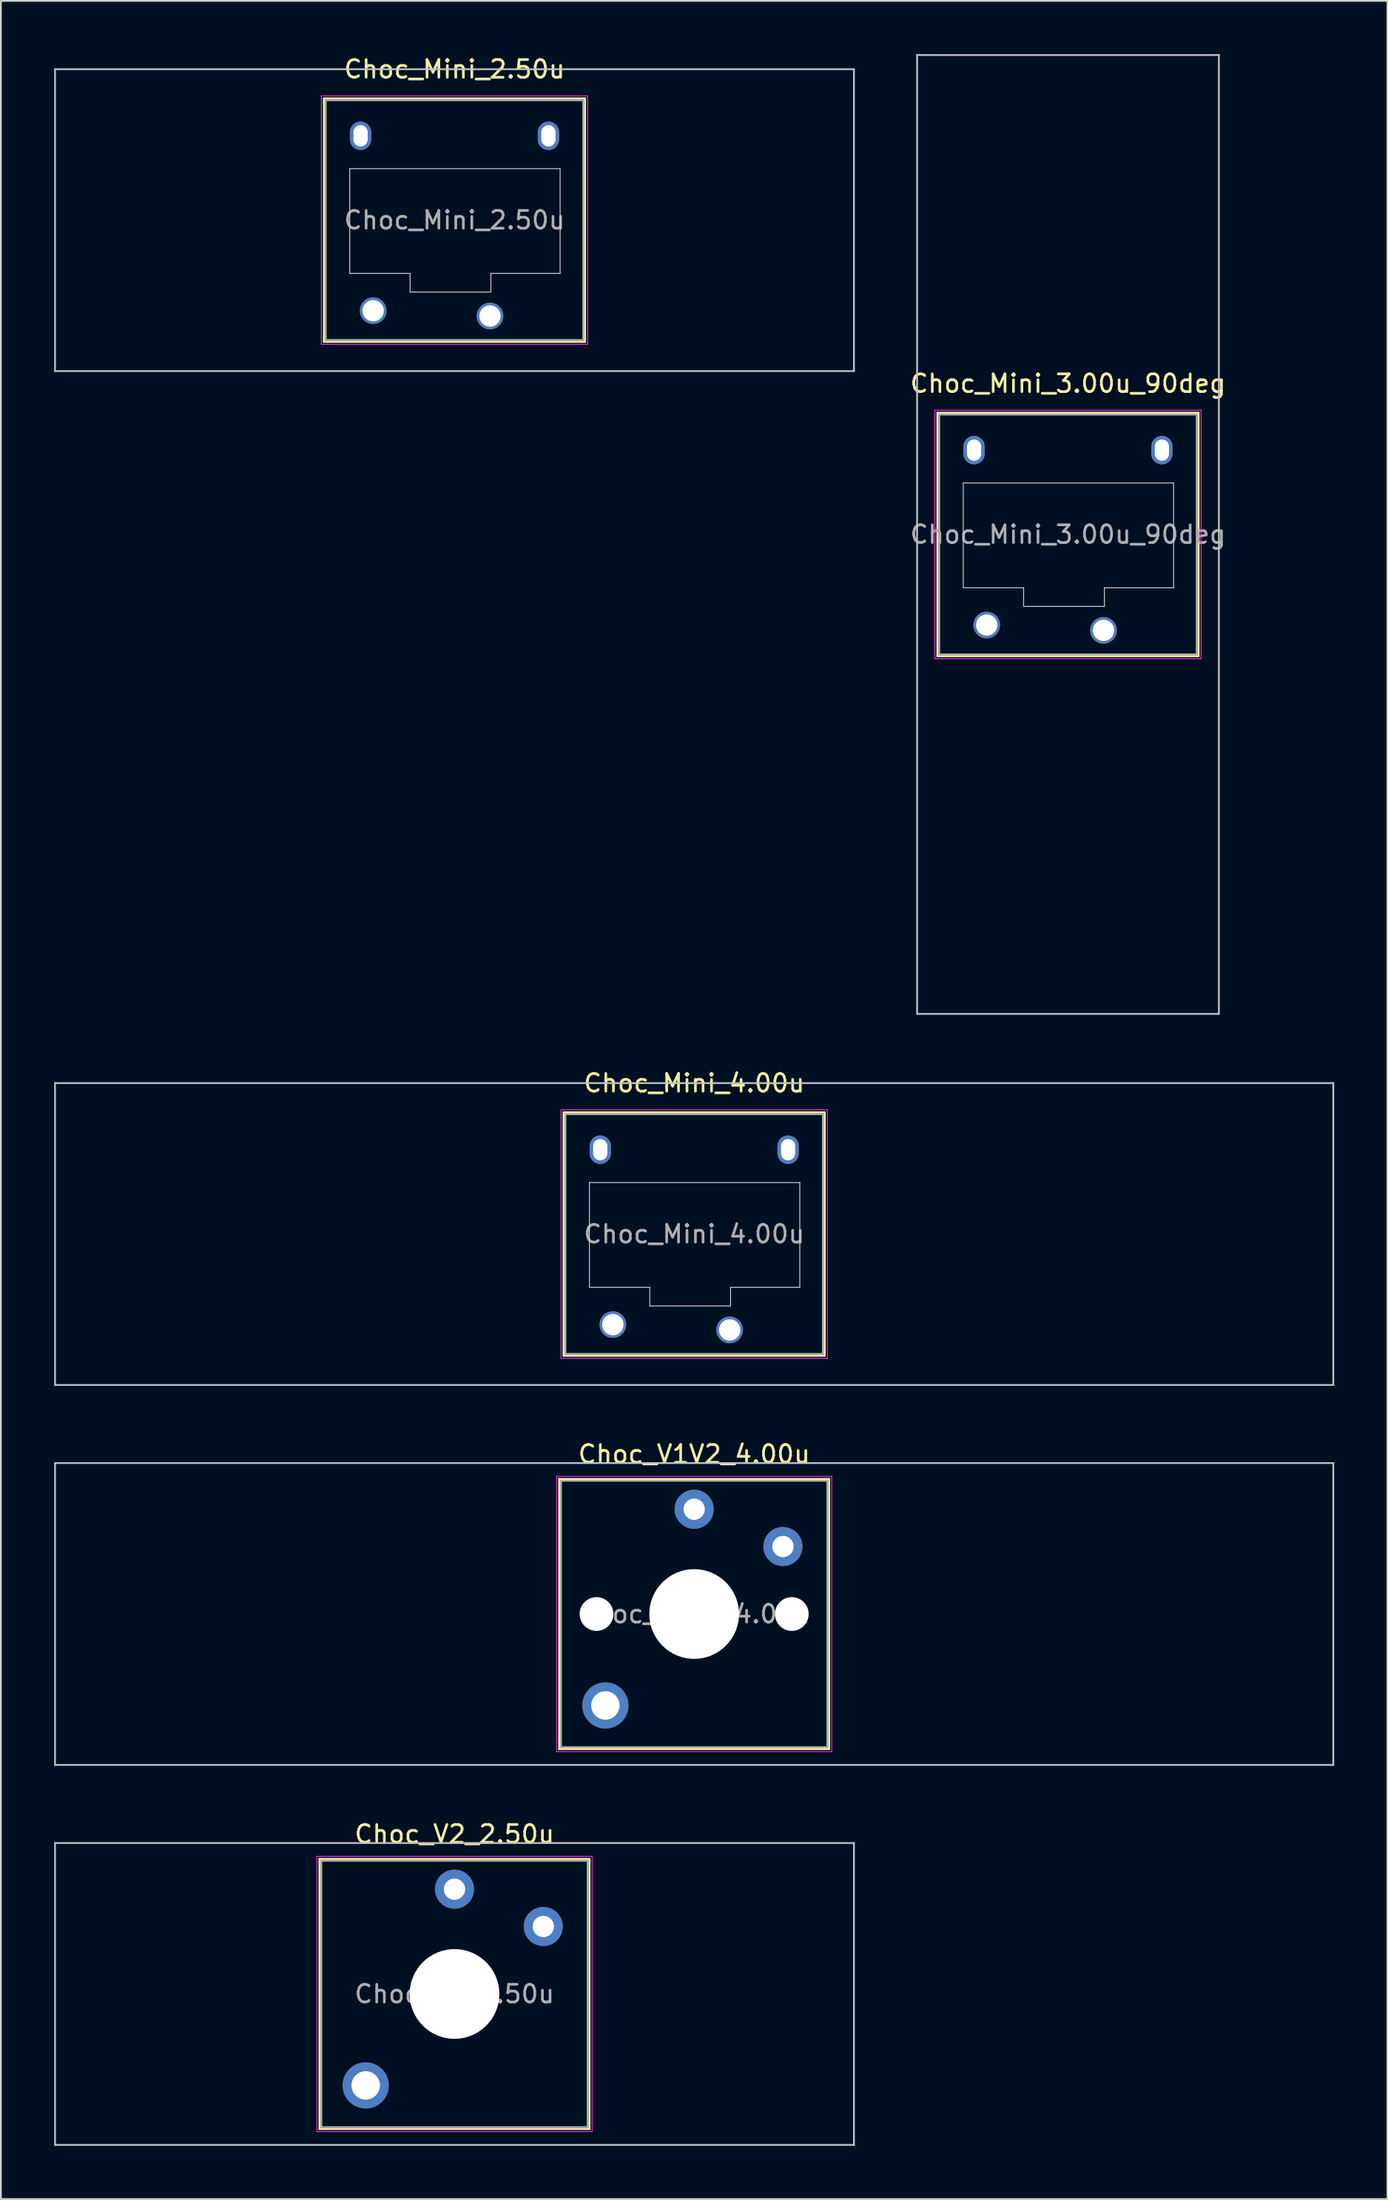
<source format=kicad_pcb>
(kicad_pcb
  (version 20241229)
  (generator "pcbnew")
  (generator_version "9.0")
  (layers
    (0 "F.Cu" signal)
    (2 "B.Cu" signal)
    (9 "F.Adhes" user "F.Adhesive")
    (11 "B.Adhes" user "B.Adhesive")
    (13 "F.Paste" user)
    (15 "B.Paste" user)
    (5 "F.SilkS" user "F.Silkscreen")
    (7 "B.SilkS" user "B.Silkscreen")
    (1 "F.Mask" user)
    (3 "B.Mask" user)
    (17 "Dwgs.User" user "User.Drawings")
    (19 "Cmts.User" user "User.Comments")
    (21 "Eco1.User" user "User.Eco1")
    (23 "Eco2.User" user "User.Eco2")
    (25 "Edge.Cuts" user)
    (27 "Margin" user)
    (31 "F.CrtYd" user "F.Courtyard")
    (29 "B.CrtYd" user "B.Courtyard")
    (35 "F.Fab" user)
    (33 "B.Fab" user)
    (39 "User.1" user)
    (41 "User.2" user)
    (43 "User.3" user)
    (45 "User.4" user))
  (footprint "Choc_V1V2_4.00u"
    (layer "F.Cu")
    (at 36.05 87.847)
    (property "Reference" "Choc_V1V2_4.00u" (at 0 -9 0) (layer "F.SilkS") (effects (font (size 1 1) (thickness 0.15))))
    (attr through_hole)
    (fp_line (start -7.6 -7.6) (end -7.6 7.6) (stroke (width 0.12) (type solid)) (layer "F.SilkS"))
    (fp_line (start -7.6 7.6) (end 7.6 7.6) (stroke (width 0.12) (type solid)) (layer "F.SilkS"))
    (fp_line (start 7.6 -7.6) (end -7.6 -7.6) (stroke (width 0.12) (type solid)) (layer "F.SilkS"))
    (fp_line (start 7.6 7.6) (end 7.6 -7.6) (stroke (width 0.12) (type solid)) (layer "F.SilkS"))
    (fp_line (start -36 -8.5) (end -36 8.5) (stroke (width 0.1) (type solid)) (layer "Dwgs.User"))
    (fp_line (start -36 8.5) (end 36 8.5) (stroke (width 0.1) (type solid)) (layer "Dwgs.User"))
    (fp_line (start 36 -8.5) (end -36 -8.5) (stroke (width 0.1) (type solid)) (layer "Dwgs.User"))
    (fp_line (start 36 8.5) (end 36 -8.5) (stroke (width 0.1) (type solid)) (layer "Dwgs.User"))
    (fp_line (start -7.25 -7.25) (end -7.25 7.25) (stroke (width 0.1) (type solid)) (layer "Eco1.User"))
    (fp_line (start -7.25 7.25) (end 7.25 7.25) (stroke (width 0.1) (type solid)) (layer "Eco1.User"))
    (fp_line (start 7.25 -7.25) (end -7.25 -7.25) (stroke (width 0.1) (type solid)) (layer "Eco1.User"))
    (fp_line (start 7.25 7.25) (end 7.25 -7.25) (stroke (width 0.1) (type solid)) (layer "Eco1.User"))
    (fp_line (start -7.75 -7.75) (end -7.75 7.75) (stroke (width 0.05) (type solid)) (layer "F.CrtYd"))
    (fp_line (start -7.75 7.75) (end 7.75 7.75) (stroke (width 0.05) (type solid)) (layer "F.CrtYd"))
    (fp_line (start 7.75 -7.75) (end -7.75 -7.75) (stroke (width 0.05) (type solid)) (layer "F.CrtYd"))
    (fp_line (start 7.75 7.75) (end 7.75 -7.75) (stroke (width 0.05) (type solid)) (layer "F.CrtYd"))
    (fp_line (start -7.5 -7.5) (end -7.5 7.5) (stroke (width 0.1) (type solid)) (layer "F.Fab"))
    (fp_line (start -7.5 7.5) (end 7.5 7.5) (stroke (width 0.1) (type solid)) (layer "F.Fab"))
    (fp_line (start 7.5 -7.5) (end -7.5 -7.5) (stroke (width 0.1) (type solid)) (layer "F.Fab"))
    (fp_line (start 7.5 7.5) (end 7.5 -7.5) (stroke (width 0.1) (type solid)) (layer "F.Fab"))
    (fp_text user "${REFERENCE}" (at 0 0 0) (layer "F.Fab") (effects (font (size 1 1) (thickness 0.15))))
    (pad "" np_thru_hole circle (at -5.5 0) (size 1.9 1.9) (drill 1.9) (layers "*.Cu" "*.Mask"))
    (pad "" thru_hole circle (at -5 5.15) (size 2.6 2.6) (drill 1.6) (layers "*.Cu" "*.Mask"))
    (pad "" np_thru_hole circle (at 0 0) (size 5.05 5.05) (drill 5.05) (layers "*.Cu" "*.Mask"))
    (pad "" np_thru_hole circle (at 5.5 0) (size 1.9 1.9) (drill 1.9) (layers "*.Cu" "*.Mask"))
    (pad "1" thru_hole circle (at 0 -5.9) (size 2.2 2.2) (drill 1.2) (layers "*.Cu" "*.Mask"))
    (pad "2" thru_hole circle (at 5 -3.8) (size 2.2 2.2) (drill 1.2) (layers "*.Cu" "*.Mask")))
  (footprint "Choc_Mini_2.50u"
    (layer "F.Cu")
    (at 22.55 9.348)
    (property "Reference" "Choc_Mini_2.50u" (at 0 -8.5 0) (layer "F.SilkS") (effects (font (size 1 1) (thickness 0.15))))
    (attr through_hole)
    (fp_line (start -7.35 -6.85) (end -7.35 6.85) (stroke (width 0.12) (type solid)) (layer "F.SilkS"))
    (fp_line (start -7.35 6.85) (end 7.35 6.85) (stroke (width 0.12) (type solid)) (layer "F.SilkS"))
    (fp_line (start 7.35 -6.85) (end -7.35 -6.85) (stroke (width 0.12) (type solid)) (layer "F.SilkS"))
    (fp_line (start 7.35 6.85) (end 7.35 -6.85) (stroke (width 0.12) (type solid)) (layer "F.SilkS"))
    (fp_line (start -22.5 -8.5) (end -22.5 8.5) (stroke (width 0.1) (type solid)) (layer "Dwgs.User"))
    (fp_line (start -22.5 8.5) (end 22.5 8.5) (stroke (width 0.1) (type solid)) (layer "Dwgs.User"))
    (fp_line (start 22.5 -8.5) (end -22.5 -8.5) (stroke (width 0.1) (type solid)) (layer "Dwgs.User"))
    (fp_line (start 22.5 8.5) (end 22.5 -8.5) (stroke (width 0.1) (type solid)) (layer "Dwgs.User"))
    (fp_line (start -6.85 -6.35) (end -6.85 6.35) (stroke (width 0.1) (type solid)) (layer "Eco1.User"))
    (fp_line (start -6.85 6.35) (end 6.85 6.35) (stroke (width 0.1) (type solid)) (layer "Eco1.User"))
    (fp_line (start 6.85 -6.35) (end -6.85 -6.35) (stroke (width 0.1) (type solid)) (layer "Eco1.User"))
    (fp_line (start 6.85 6.35) (end 6.85 -6.35) (stroke (width 0.1) (type solid)) (layer "Eco1.User"))
    (fp_line (start -5.9 -2.9) (end -5.9 3) (stroke (width 0.05) (type solid)) (layer "Edge.Cuts"))
    (fp_line (start -5.9 3) (end -2.5 3) (stroke (width 0.05) (type solid)) (layer "Edge.Cuts"))
    (fp_line (start -2.5 3) (end -2.5 4.05) (stroke (width 0.05) (type solid)) (layer "Edge.Cuts"))
    (fp_line (start -2.5 4.05) (end 2.05 4.05) (stroke (width 0.05) (type solid)) (layer "Edge.Cuts"))
    (fp_line (start 2.05 3) (end 5.95 3) (stroke (width 0.05) (type solid)) (layer "Edge.Cuts"))
    (fp_line (start 2.05 4.05) (end 2.05 3) (stroke (width 0.05) (type solid)) (layer "Edge.Cuts"))
    (fp_line (start 5.95 -2.9) (end -5.9 -2.9) (stroke (width 0.05) (type solid)) (layer "Edge.Cuts"))
    (fp_line (start 5.95 3) (end 5.95 -2.9) (stroke (width 0.05) (type solid)) (layer "Edge.Cuts"))
    (fp_line (start -7.5 -7) (end -7.5 7) (stroke (width 0.05) (type solid)) (layer "F.CrtYd"))
    (fp_line (start -7.5 7) (end 7.5 7) (stroke (width 0.05) (type solid)) (layer "F.CrtYd"))
    (fp_line (start 7.5 -7) (end -7.5 -7) (stroke (width 0.05) (type solid)) (layer "F.CrtYd"))
    (fp_line (start 7.5 7) (end 7.5 -7) (stroke (width 0.05) (type solid)) (layer "F.CrtYd"))
    (fp_line (start -7.25 -6.75) (end -7.25 6.75) (stroke (width 0.1) (type solid)) (layer "F.Fab"))
    (fp_line (start -7.25 6.75) (end 7.25 6.75) (stroke (width 0.1) (type solid)) (layer "F.Fab"))
    (fp_line (start 7.25 -6.75) (end -7.25 -6.75) (stroke (width 0.1) (type solid)) (layer "F.Fab"))
    (fp_line (start 7.25 6.75) (end 7.25 -6.75) (stroke (width 0.1) (type solid)) (layer "F.Fab"))
    (fp_text user "${REFERENCE}" (at 0 0 0) (layer "F.Fab") (effects (font (size 1 1) (thickness 0.15))))
    (pad "" np_thru_hole oval (at -5.29 -4.75) (size 1.2 1.6) (drill oval 0.8 1.2) (layers "*.Cu" "*.Mask"))
    (pad "" np_thru_hole oval (at 5.29 -4.75) (size 1.2 1.6) (drill oval 0.8 1.2) (layers "*.Cu" "*.Mask"))
    (pad "1" thru_hole circle (at 2 5.4) (size 1.5 1.5) (drill 1.2) (layers "*.Cu" "*.Mask"))
    (pad "2" thru_hole circle (at -4.58 5.1) (size 1.5 1.5) (drill 1.2) (layers "*.Cu" "*.Mask")))
  (footprint "Choc_Mini_3.00u_90deg"
    (layer "F.Cu")
    (at 57.106 27.05)
    (property "Reference" "Choc_Mini_3.00u_90deg" (at 0 -8.5 0) (layer "F.SilkS") (effects (font (size 1 1) (thickness 0.15))))
    (attr through_hole)
    (fp_line (start -7.35 -6.85) (end -7.35 6.85) (stroke (width 0.12) (type solid)) (layer "F.SilkS"))
    (fp_line (start -7.35 6.85) (end 7.35 6.85) (stroke (width 0.12) (type solid)) (layer "F.SilkS"))
    (fp_line (start 7.35 -6.85) (end -7.35 -6.85) (stroke (width 0.12) (type solid)) (layer "F.SilkS"))
    (fp_line (start 7.35 6.85) (end 7.35 -6.85) (stroke (width 0.12) (type solid)) (layer "F.SilkS"))
    (fp_line (start -8.5 -27) (end 8.5 -27) (stroke (width 0.1) (type solid)) (layer "Dwgs.User"))
    (fp_line (start -8.5 27) (end -8.5 -27) (stroke (width 0.1) (type solid)) (layer "Dwgs.User"))
    (fp_line (start 8.5 -27) (end 8.5 27) (stroke (width 0.1) (type solid)) (layer "Dwgs.User"))
    (fp_line (start 8.5 27) (end -8.5 27) (stroke (width 0.1) (type solid)) (layer "Dwgs.User"))
    (fp_line (start -6.85 -6.35) (end -6.85 6.35) (stroke (width 0.1) (type solid)) (layer "Eco1.User"))
    (fp_line (start -6.85 6.35) (end 6.85 6.35) (stroke (width 0.1) (type solid)) (layer "Eco1.User"))
    (fp_line (start 6.85 -6.35) (end -6.85 -6.35) (stroke (width 0.1) (type solid)) (layer "Eco1.User"))
    (fp_line (start 6.85 6.35) (end 6.85 -6.35) (stroke (width 0.1) (type solid)) (layer "Eco1.User"))
    (fp_line (start -5.9 -2.9) (end -5.9 3) (stroke (width 0.05) (type solid)) (layer "Edge.Cuts"))
    (fp_line (start -5.9 3) (end -2.5 3) (stroke (width 0.05) (type solid)) (layer "Edge.Cuts"))
    (fp_line (start -2.5 3) (end -2.5 4.05) (stroke (width 0.05) (type solid)) (layer "Edge.Cuts"))
    (fp_line (start -2.5 4.05) (end 2.05 4.05) (stroke (width 0.05) (type solid)) (layer "Edge.Cuts"))
    (fp_line (start 2.05 3) (end 5.95 3) (stroke (width 0.05) (type solid)) (layer "Edge.Cuts"))
    (fp_line (start 2.05 4.05) (end 2.05 3) (stroke (width 0.05) (type solid)) (layer "Edge.Cuts"))
    (fp_line (start 5.95 -2.9) (end -5.9 -2.9) (stroke (width 0.05) (type solid)) (layer "Edge.Cuts"))
    (fp_line (start 5.95 3) (end 5.95 -2.9) (stroke (width 0.05) (type solid)) (layer "Edge.Cuts"))
    (fp_line (start -7.5 -7) (end -7.5 7) (stroke (width 0.05) (type solid)) (layer "F.CrtYd"))
    (fp_line (start -7.5 7) (end 7.5 7) (stroke (width 0.05) (type solid)) (layer "F.CrtYd"))
    (fp_line (start 7.5 -7) (end -7.5 -7) (stroke (width 0.05) (type solid)) (layer "F.CrtYd"))
    (fp_line (start 7.5 7) (end 7.5 -7) (stroke (width 0.05) (type solid)) (layer "F.CrtYd"))
    (fp_line (start -7.25 -6.75) (end -7.25 6.75) (stroke (width 0.1) (type solid)) (layer "F.Fab"))
    (fp_line (start -7.25 6.75) (end 7.25 6.75) (stroke (width 0.1) (type solid)) (layer "F.Fab"))
    (fp_line (start 7.25 -6.75) (end -7.25 -6.75) (stroke (width 0.1) (type solid)) (layer "F.Fab"))
    (fp_line (start 7.25 6.75) (end 7.25 -6.75) (stroke (width 0.1) (type solid)) (layer "F.Fab"))
    (fp_text user "${REFERENCE}" (at 0 0 0) (layer "F.Fab") (effects (font (size 1 1) (thickness 0.15))))
    (pad "" np_thru_hole oval (at -5.29 -4.75) (size 1.2 1.6) (drill oval 0.8 1.2) (layers "*.Cu" "*.Mask"))
    (pad "" np_thru_hole oval (at 5.29 -4.75) (size 1.2 1.6) (drill oval 0.8 1.2) (layers "*.Cu" "*.Mask"))
    (pad "1" thru_hole circle (at 2 5.4) (size 1.5 1.5) (drill 1.2) (layers "*.Cu" "*.Mask"))
    (pad "2" thru_hole circle (at -4.58 5.1) (size 1.5 1.5) (drill 1.2) (layers "*.Cu" "*.Mask")))
  (footprint "Choc_V2_2.50u"
    (layer "F.Cu")
    (at 22.55 109.245)
    (property "Reference" "Choc_V2_2.50u" (at 0 -9 0) (layer "F.SilkS") (effects (font (size 1 1) (thickness 0.15))))
    (attr through_hole)
    (fp_line (start -7.6 -7.6) (end -7.6 7.6) (stroke (width 0.12) (type solid)) (layer "F.SilkS"))
    (fp_line (start -7.6 7.6) (end 7.6 7.6) (stroke (width 0.12) (type solid)) (layer "F.SilkS"))
    (fp_line (start 7.6 -7.6) (end -7.6 -7.6) (stroke (width 0.12) (type solid)) (layer "F.SilkS"))
    (fp_line (start 7.6 7.6) (end 7.6 -7.6) (stroke (width 0.12) (type solid)) (layer "F.SilkS"))
    (fp_line (start -22.5 -8.5) (end -22.5 8.5) (stroke (width 0.1) (type solid)) (layer "Dwgs.User"))
    (fp_line (start -22.5 8.5) (end 22.5 8.5) (stroke (width 0.1) (type solid)) (layer "Dwgs.User"))
    (fp_line (start 22.5 -8.5) (end -22.5 -8.5) (stroke (width 0.1) (type solid)) (layer "Dwgs.User"))
    (fp_line (start 22.5 8.5) (end 22.5 -8.5) (stroke (width 0.1) (type solid)) (layer "Dwgs.User"))
    (fp_line (start -7.25 -7.25) (end -7.25 7.25) (stroke (width 0.1) (type solid)) (layer "Eco1.User"))
    (fp_line (start -7.25 7.25) (end 7.25 7.25) (stroke (width 0.1) (type solid)) (layer "Eco1.User"))
    (fp_line (start 7.25 -7.25) (end -7.25 -7.25) (stroke (width 0.1) (type solid)) (layer "Eco1.User"))
    (fp_line (start 7.25 7.25) (end 7.25 -7.25) (stroke (width 0.1) (type solid)) (layer "Eco1.User"))
    (fp_line (start -7.75 -7.75) (end -7.75 7.75) (stroke (width 0.05) (type solid)) (layer "F.CrtYd"))
    (fp_line (start -7.75 7.75) (end 7.75 7.75) (stroke (width 0.05) (type solid)) (layer "F.CrtYd"))
    (fp_line (start 7.75 -7.75) (end -7.75 -7.75) (stroke (width 0.05) (type solid)) (layer "F.CrtYd"))
    (fp_line (start 7.75 7.75) (end 7.75 -7.75) (stroke (width 0.05) (type solid)) (layer "F.CrtYd"))
    (fp_line (start -7.5 -7.5) (end -7.5 7.5) (stroke (width 0.1) (type solid)) (layer "F.Fab"))
    (fp_line (start -7.5 7.5) (end 7.5 7.5) (stroke (width 0.1) (type solid)) (layer "F.Fab"))
    (fp_line (start 7.5 -7.5) (end -7.5 -7.5) (stroke (width 0.1) (type solid)) (layer "F.Fab"))
    (fp_line (start 7.5 7.5) (end 7.5 -7.5) (stroke (width 0.1) (type solid)) (layer "F.Fab"))
    (fp_text user "${REFERENCE}" (at 0 0 0) (layer "F.Fab") (effects (font (size 1 1) (thickness 0.15))))
    (pad "" thru_hole circle (at -5 5.15) (size 2.6 2.6) (drill 1.6) (layers "*.Cu" "*.Mask"))
    (pad "" np_thru_hole circle (at 0 0) (size 5.05 5.05) (drill 5.05) (layers "*.Cu" "*.Mask"))
    (pad "1" thru_hole circle (at 0 -5.9) (size 2.2 2.2) (drill 1.2) (layers "*.Cu" "*.Mask"))
    (pad "2" thru_hole circle (at 5 -3.8) (size 2.2 2.2) (drill 1.2) (layers "*.Cu" "*.Mask")))
  (footprint "Choc_Mini_4.00u"
    (layer "F.Cu")
    (at 36.05 66.448)
    (property "Reference" "Choc_Mini_4.00u" (at 0 -8.5 0) (layer "F.SilkS") (effects (font (size 1 1) (thickness 0.15))))
    (attr through_hole)
    (fp_line (start -7.35 -6.85) (end -7.35 6.85) (stroke (width 0.12) (type solid)) (layer "F.SilkS"))
    (fp_line (start -7.35 6.85) (end 7.35 6.85) (stroke (width 0.12) (type solid)) (layer "F.SilkS"))
    (fp_line (start 7.35 -6.85) (end -7.35 -6.85) (stroke (width 0.12) (type solid)) (layer "F.SilkS"))
    (fp_line (start 7.35 6.85) (end 7.35 -6.85) (stroke (width 0.12) (type solid)) (layer "F.SilkS"))
    (fp_line (start -36 -8.5) (end -36 8.5) (stroke (width 0.1) (type solid)) (layer "Dwgs.User"))
    (fp_line (start -36 8.5) (end 36 8.5) (stroke (width 0.1) (type solid)) (layer "Dwgs.User"))
    (fp_line (start 36 -8.5) (end -36 -8.5) (stroke (width 0.1) (type solid)) (layer "Dwgs.User"))
    (fp_line (start 36 8.5) (end 36 -8.5) (stroke (width 0.1) (type solid)) (layer "Dwgs.User"))
    (fp_line (start -6.85 -6.35) (end -6.85 6.35) (stroke (width 0.1) (type solid)) (layer "Eco1.User"))
    (fp_line (start -6.85 6.35) (end 6.85 6.35) (stroke (width 0.1) (type solid)) (layer "Eco1.User"))
    (fp_line (start 6.85 -6.35) (end -6.85 -6.35) (stroke (width 0.1) (type solid)) (layer "Eco1.User"))
    (fp_line (start 6.85 6.35) (end 6.85 -6.35) (stroke (width 0.1) (type solid)) (layer "Eco1.User"))
    (fp_line (start -5.9 -2.9) (end -5.9 3) (stroke (width 0.05) (type solid)) (layer "Edge.Cuts"))
    (fp_line (start -5.9 3) (end -2.5 3) (stroke (width 0.05) (type solid)) (layer "Edge.Cuts"))
    (fp_line (start -2.5 3) (end -2.5 4.05) (stroke (width 0.05) (type solid)) (layer "Edge.Cuts"))
    (fp_line (start -2.5 4.05) (end 2.05 4.05) (stroke (width 0.05) (type solid)) (layer "Edge.Cuts"))
    (fp_line (start 2.05 3) (end 5.95 3) (stroke (width 0.05) (type solid)) (layer "Edge.Cuts"))
    (fp_line (start 2.05 4.05) (end 2.05 3) (stroke (width 0.05) (type solid)) (layer "Edge.Cuts"))
    (fp_line (start 5.95 -2.9) (end -5.9 -2.9) (stroke (width 0.05) (type solid)) (layer "Edge.Cuts"))
    (fp_line (start 5.95 3) (end 5.95 -2.9) (stroke (width 0.05) (type solid)) (layer "Edge.Cuts"))
    (fp_line (start -7.5 -7) (end -7.5 7) (stroke (width 0.05) (type solid)) (layer "F.CrtYd"))
    (fp_line (start -7.5 7) (end 7.5 7) (stroke (width 0.05) (type solid)) (layer "F.CrtYd"))
    (fp_line (start 7.5 -7) (end -7.5 -7) (stroke (width 0.05) (type solid)) (layer "F.CrtYd"))
    (fp_line (start 7.5 7) (end 7.5 -7) (stroke (width 0.05) (type solid)) (layer "F.CrtYd"))
    (fp_line (start -7.25 -6.75) (end -7.25 6.75) (stroke (width 0.1) (type solid)) (layer "F.Fab"))
    (fp_line (start -7.25 6.75) (end 7.25 6.75) (stroke (width 0.1) (type solid)) (layer "F.Fab"))
    (fp_line (start 7.25 -6.75) (end -7.25 -6.75) (stroke (width 0.1) (type solid)) (layer "F.Fab"))
    (fp_line (start 7.25 6.75) (end 7.25 -6.75) (stroke (width 0.1) (type solid)) (layer "F.Fab"))
    (fp_text user "${REFERENCE}" (at 0 0 0) (layer "F.Fab") (effects (font (size 1 1) (thickness 0.15))))
    (pad "" np_thru_hole oval (at -5.29 -4.75) (size 1.2 1.6) (drill oval 0.8 1.2) (layers "*.Cu" "*.Mask"))
    (pad "" np_thru_hole oval (at 5.29 -4.75) (size 1.2 1.6) (drill oval 0.8 1.2) (layers "*.Cu" "*.Mask"))
    (pad "1" thru_hole circle (at 2 5.4) (size 1.5 1.5) (drill 1.2) (layers "*.Cu" "*.Mask"))
    (pad "2" thru_hole circle (at -4.58 5.1) (size 1.5 1.5) (drill 1.2) (layers "*.Cu" "*.Mask")))
  (gr_rect
    (start -3 -3)
    (end 75.1 120.795)
    (stroke (width 0.1) (type default))
    (fill no)
    (layer "Edge.Cuts")))
</source>
